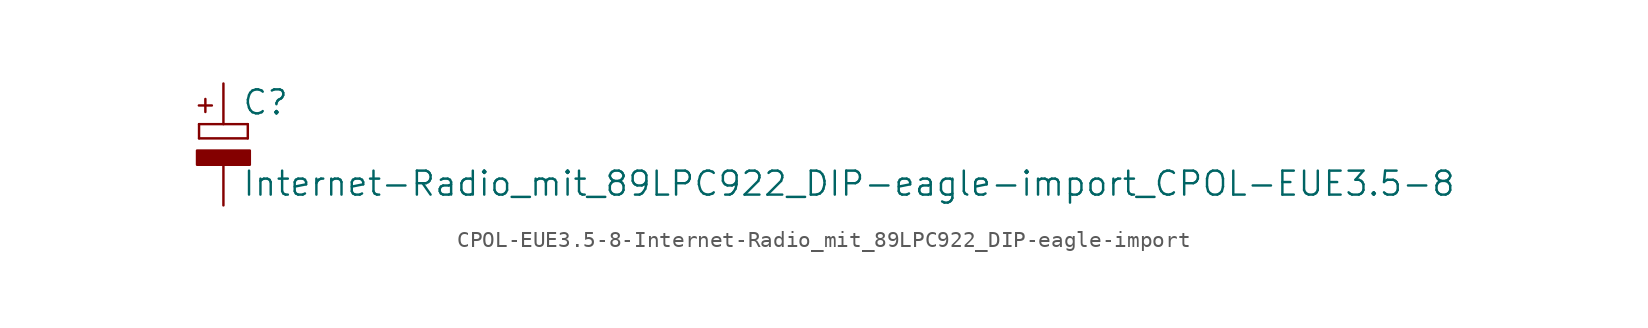
<source format=kicad_sym>
(kicad_symbol_lib
  (version 20220914)
  (generator kicad_symbol_editor)
  (symbol "CPOL-EUE3.5-8-Internet-Radio_mit_89LPC922_DIP-eagle-import"
    (pin_names
      (offset 1.016))
    (property "Reference" "C"
      (at 1.143 0.483 0)
      (effects (font (size 1.499 1.499)) (justify left bottom)))
    (property "Value" "Internet-Radio_mit_89LPC922_DIP-eagle-import_CPOL-EUE3.5-8"
      (at 1.143 -4.597 0)
      (effects (font (size 1.499 1.499)) (justify left bottom)))
    (property "ki_locked" ""
      (at 0 0 0)
      (effects (font (size 1.27 1.27))))
    (symbol "CPOL-EUE3.5-8-Internet-Radio_mit_89LPC922_DIP-eagle-import_1_0"
      (rectangle (start -1.651 -2.54) (end 1.651 -1.651) (stroke (width 0) (type solid)) (fill (type outline)))
      (polyline (pts (xy -1.524 -0.889) (xy 1.524 -0.889)) (stroke (width 0) (type solid)) (fill (type none)))
      (polyline (pts (xy -1.524 0) (xy -1.524 -0.889)) (stroke (width 0) (type solid)) (fill (type none)))
      (polyline (pts (xy -1.524 0) (xy 1.524 0)) (stroke (width 0) (type solid)) (fill (type none)))
      (polyline (pts (xy 1.524 -0.889) (xy 1.524 0)) (stroke (width 0) (type solid)) (fill (type none)))
      (text "+" (at -0.584 0.406 900) (effects (font (size 1.067 1.067)) (justify left bottom)))
      (pin passive line (at 0 2.54 270) (length 2.54) (name "+" (effects (font (size 0 0)))) (number "+" (effects (font (size 0 0)))))
      (pin passive line (at 0 -5.08 90) (length 2.54) (name "-" (effects (font (size 0 0)))) (number "-" (effects (font (size 0 0))))))))
</source>
